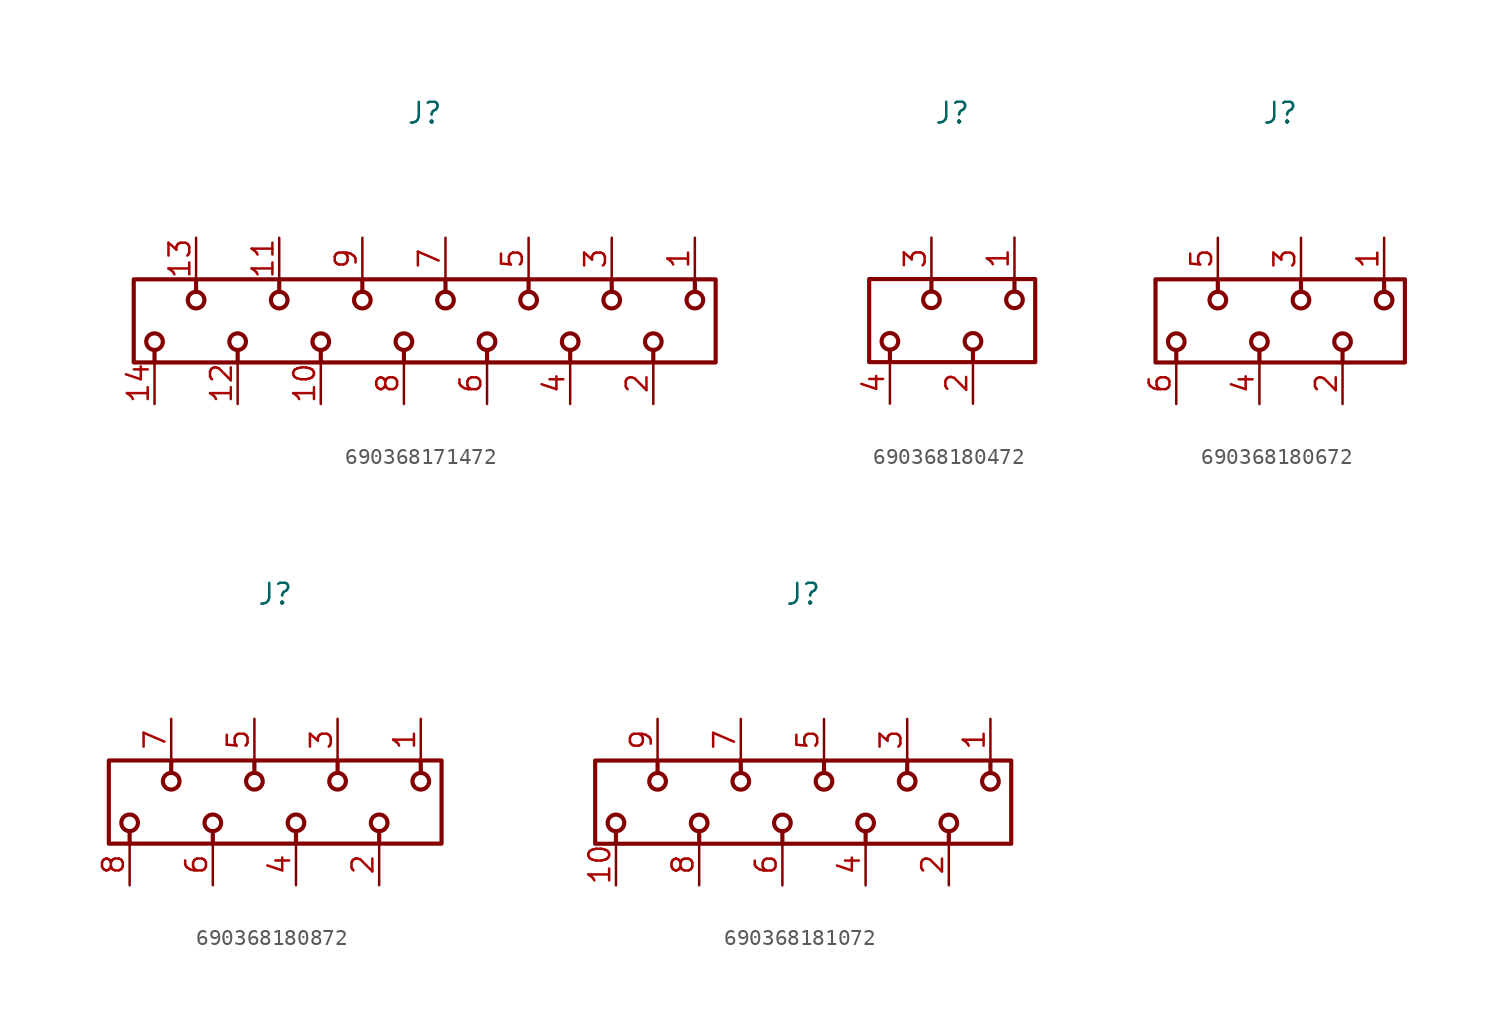
<source format=kicad_sym>
(kicad_symbol_lib
  (version 20241209)
  (generator "kicad_symbol_editor")
  (generator_version "9.0")
  (symbol "690368171472"
    (pin_names
      (hide yes))
    (property "Reference" "J"
      (at 0 12.7 0)
      (effects (font (size 1.27 1.27))))
    (symbol "690368171472_1_1"
      (rectangle (start -17.78 2.54) (end 17.78 -2.54) (stroke (width 0.254) (type solid)) (fill (type none)))
      (circle (center -16.51 -1.27) (radius 0.508) (stroke (width 0.254) (type solid)) (fill (type none)))
      (polyline (pts (xy -16.51 -1.778) (xy -16.51 -2.54)) (stroke (width 0.254) (type solid)) (fill (type none)))
      (polyline (pts (xy -13.97 1.778) (xy -13.97 2.54)) (stroke (width 0.254) (type solid)) (fill (type none)))
      (circle (center -13.97 1.27) (radius 0.508) (stroke (width 0.254) (type solid)) (fill (type none)))
      (circle (center -11.43 -1.27) (radius 0.508) (stroke (width 0.254) (type solid)) (fill (type none)))
      (polyline (pts (xy -11.43 -1.778) (xy -11.43 -2.54)) (stroke (width 0.254) (type solid)) (fill (type none)))
      (polyline (pts (xy -8.89 1.778) (xy -8.89 2.54)) (stroke (width 0.254) (type solid)) (fill (type none)))
      (circle (center -8.89 1.27) (radius 0.508) (stroke (width 0.254) (type solid)) (fill (type none)))
      (circle (center -6.35 -1.27) (radius 0.508) (stroke (width 0.254) (type solid)) (fill (type none)))
      (polyline (pts (xy -6.35 -1.778) (xy -6.35 -2.54)) (stroke (width 0.254) (type solid)) (fill (type none)))
      (polyline (pts (xy -3.81 1.778) (xy -3.81 2.54)) (stroke (width 0.254) (type solid)) (fill (type none)))
      (circle (center -3.81 1.27) (radius 0.508) (stroke (width 0.254) (type solid)) (fill (type none)))
      (circle (center -1.27 -1.27) (radius 0.508) (stroke (width 0.254) (type solid)) (fill (type none)))
      (polyline (pts (xy -1.27 -1.778) (xy -1.27 -2.54)) (stroke (width 0.254) (type solid)) (fill (type none)))
      (polyline (pts (xy 1.27 1.778) (xy 1.27 2.54)) (stroke (width 0.254) (type solid)) (fill (type none)))
      (circle (center 1.27 1.27) (radius 0.508) (stroke (width 0.254) (type solid)) (fill (type none)))
      (circle (center 3.81 -1.27) (radius 0.508) (stroke (width 0.254) (type solid)) (fill (type none)))
      (polyline (pts (xy 3.81 -1.778) (xy 3.81 -2.54)) (stroke (width 0.254) (type solid)) (fill (type none)))
      (polyline (pts (xy 6.35 1.778) (xy 6.35 2.54)) (stroke (width 0.254) (type solid)) (fill (type none)))
      (circle (center 6.35 1.27) (radius 0.508) (stroke (width 0.254) (type solid)) (fill (type none)))
      (circle (center 8.89 -1.27) (radius 0.508) (stroke (width 0.254) (type solid)) (fill (type none)))
      (polyline (pts (xy 8.89 -1.778) (xy 8.89 -2.54)) (stroke (width 0.254) (type solid)) (fill (type none)))
      (polyline (pts (xy 11.43 1.778) (xy 11.43 2.54)) (stroke (width 0.254) (type solid)) (fill (type none)))
      (circle (center 11.43 1.27) (radius 0.508) (stroke (width 0.254) (type solid)) (fill (type none)))
      (circle (center 13.97 -1.27) (radius 0.508) (stroke (width 0.254) (type solid)) (fill (type none)))
      (polyline (pts (xy 13.97 -1.778) (xy 13.97 -2.54)) (stroke (width 0.254) (type solid)) (fill (type none)))
      (polyline (pts (xy 16.51 1.778) (xy 16.51 2.54)) (stroke (width 0.254) (type solid)) (fill (type none)))
      (circle (center 16.51 1.27) (radius 0.508) (stroke (width 0.254) (type solid)) (fill (type none)))
      (pin passive line (at -16.51 -5.08 90) (length 2.54) (name "14" (effects (font (size 1.27 1.27)))) (number "14" (effects (font (size 1.27 1.27)))))
      (pin passive line (at -13.97 5.08 270) (length 2.54) (name "13" (effects (font (size 1.27 1.27)))) (number "13" (effects (font (size 1.27 1.27)))))
      (pin passive line (at -11.43 -5.08 90) (length 2.54) (name "12" (effects (font (size 1.27 1.27)))) (number "12" (effects (font (size 1.27 1.27)))))
      (pin passive line (at -8.89 5.08 270) (length 2.54) (name "11" (effects (font (size 1.27 1.27)))) (number "11" (effects (font (size 1.27 1.27)))))
      (pin passive line (at -6.35 -5.08 90) (length 2.54) (name "10" (effects (font (size 1.27 1.27)))) (number "10" (effects (font (size 1.27 1.27)))))
      (pin passive line (at -3.81 5.08 270) (length 2.54) (name "9" (effects (font (size 1.27 1.27)))) (number "9" (effects (font (size 1.27 1.27)))))
      (pin passive line (at -1.27 -5.08 90) (length 2.54) (name "8" (effects (font (size 1.27 1.27)))) (number "8" (effects (font (size 1.27 1.27)))))
      (pin passive line (at 1.27 5.08 270) (length 2.54) (name "7" (effects (font (size 1.27 1.27)))) (number "7" (effects (font (size 1.27 1.27)))))
      (pin passive line (at 3.81 -5.08 90) (length 2.54) (name "6" (effects (font (size 1.27 1.27)))) (number "6" (effects (font (size 1.27 1.27)))))
      (pin passive line (at 6.35 5.08 270) (length 2.54) (name "5" (effects (font (size 1.27 1.27)))) (number "5" (effects (font (size 1.27 1.27)))))
      (pin passive line (at 8.89 -5.08 90) (length 2.54) (name "4" (effects (font (size 1.27 1.27)))) (number "4" (effects (font (size 1.27 1.27)))))
      (pin passive line (at 11.43 5.08 270) (length 2.54) (name "3" (effects (font (size 1.27 1.27)))) (number "3" (effects (font (size 1.27 1.27)))))
      (pin passive line (at 13.97 -5.08 90) (length 2.54) (name "2" (effects (font (size 1.27 1.27)))) (number "2" (effects (font (size 1.27 1.27)))))
      (pin passive line (at 16.51 5.08 270) (length 2.54) (name "1" (effects (font (size 1.27 1.27)))) (number "1" (effects (font (size 1.27 1.27)))))))
  (symbol "690368180472"
    (pin_names
      (hide yes))
    (property "Reference" "J"
      (at 0 12.7 0)
      (effects (font (size 1.27 1.27))))
    (symbol "690368180472_1_1"
      (rectangle (start -5.08 2.54) (end 5.08 -2.54) (stroke (width 0.254) (type solid)) (fill (type none)))
      (circle (center -3.81 -1.27) (radius 0.508) (stroke (width 0.254) (type solid)) (fill (type none)))
      (polyline (pts (xy -3.81 -1.778) (xy -3.81 -2.54)) (stroke (width 0.254) (type solid)) (fill (type none)))
      (polyline (pts (xy -1.27 1.778) (xy -1.27 2.54)) (stroke (width 0.254) (type solid)) (fill (type none)))
      (circle (center -1.27 1.27) (radius 0.508) (stroke (width 0.254) (type solid)) (fill (type none)))
      (circle (center 1.27 -1.27) (radius 0.508) (stroke (width 0.254) (type solid)) (fill (type none)))
      (polyline (pts (xy 1.27 -1.778) (xy 1.27 -2.54)) (stroke (width 0.254) (type solid)) (fill (type none)))
      (polyline (pts (xy 3.81 1.778) (xy 3.81 2.54)) (stroke (width 0.254) (type solid)) (fill (type none)))
      (circle (center 3.81 1.27) (radius 0.508) (stroke (width 0.254) (type solid)) (fill (type none)))
      (pin passive line (at -3.81 -5.08 90) (length 2.54) (name "4" (effects (font (size 1.27 1.27)))) (number "4" (effects (font (size 1.27 1.27)))))
      (pin passive line (at -1.27 5.08 270) (length 2.54) (name "3" (effects (font (size 1.27 1.27)))) (number "3" (effects (font (size 1.27 1.27)))))
      (pin passive line (at 1.27 -5.08 90) (length 2.54) (name "2" (effects (font (size 1.27 1.27)))) (number "2" (effects (font (size 1.27 1.27)))))
      (pin passive line (at 3.81 5.08 270) (length 2.54) (name "1" (effects (font (size 1.27 1.27)))) (number "1" (effects (font (size 1.27 1.27)))))))
  (symbol "690368180672"
    (pin_names
      (hide yes))
    (property "Reference" "J"
      (at 0 12.7 0)
      (effects (font (size 1.27 1.27))))
    (symbol "690368180672_1_1"
      (rectangle (start -7.62 2.54) (end 7.62 -2.54) (stroke (width 0.254) (type solid)) (fill (type none)))
      (circle (center -6.35 -1.27) (radius 0.508) (stroke (width 0.254) (type solid)) (fill (type none)))
      (polyline (pts (xy -6.35 -1.778) (xy -6.35 -2.54)) (stroke (width 0.254) (type solid)) (fill (type none)))
      (polyline (pts (xy -3.81 1.778) (xy -3.81 2.54)) (stroke (width 0.254) (type solid)) (fill (type none)))
      (circle (center -3.81 1.27) (radius 0.508) (stroke (width 0.254) (type solid)) (fill (type none)))
      (circle (center -1.27 -1.27) (radius 0.508) (stroke (width 0.254) (type solid)) (fill (type none)))
      (polyline (pts (xy -1.27 -1.778) (xy -1.27 -2.54)) (stroke (width 0.254) (type solid)) (fill (type none)))
      (polyline (pts (xy 1.27 1.778) (xy 1.27 2.54)) (stroke (width 0.254) (type solid)) (fill (type none)))
      (circle (center 1.27 1.27) (radius 0.508) (stroke (width 0.254) (type solid)) (fill (type none)))
      (circle (center 3.81 -1.27) (radius 0.508) (stroke (width 0.254) (type solid)) (fill (type none)))
      (polyline (pts (xy 3.81 -1.778) (xy 3.81 -2.54)) (stroke (width 0.254) (type solid)) (fill (type none)))
      (polyline (pts (xy 6.35 1.778) (xy 6.35 2.54)) (stroke (width 0.254) (type solid)) (fill (type none)))
      (circle (center 6.35 1.27) (radius 0.508) (stroke (width 0.254) (type solid)) (fill (type none)))
      (pin passive line (at -6.35 -5.08 90) (length 2.54) (name "6" (effects (font (size 1.27 1.27)))) (number "6" (effects (font (size 1.27 1.27)))))
      (pin passive line (at -3.81 5.08 270) (length 2.54) (name "5" (effects (font (size 1.27 1.27)))) (number "5" (effects (font (size 1.27 1.27)))))
      (pin passive line (at -1.27 -5.08 90) (length 2.54) (name "4" (effects (font (size 1.27 1.27)))) (number "4" (effects (font (size 1.27 1.27)))))
      (pin passive line (at 1.27 5.08 270) (length 2.54) (name "3" (effects (font (size 1.27 1.27)))) (number "3" (effects (font (size 1.27 1.27)))))
      (pin passive line (at 3.81 -5.08 90) (length 2.54) (name "2" (effects (font (size 1.27 1.27)))) (number "2" (effects (font (size 1.27 1.27)))))
      (pin passive line (at 6.35 5.08 270) (length 2.54) (name "1" (effects (font (size 1.27 1.27)))) (number "1" (effects (font (size 1.27 1.27)))))))
  (symbol "690368180872"
    (pin_names
      (hide yes))
    (property "Reference" "J"
      (at 0 12.7 0)
      (effects (font (size 1.27 1.27))))
    (symbol "690368180872_1_1"
      (rectangle (start -10.16 2.54) (end 10.16 -2.54) (stroke (width 0.254) (type solid)) (fill (type none)))
      (circle (center -8.89 -1.27) (radius 0.508) (stroke (width 0.254) (type solid)) (fill (type none)))
      (polyline (pts (xy -8.89 -1.778) (xy -8.89 -2.54)) (stroke (width 0.254) (type solid)) (fill (type none)))
      (polyline (pts (xy -6.35 1.778) (xy -6.35 2.54)) (stroke (width 0.254) (type solid)) (fill (type none)))
      (circle (center -6.35 1.27) (radius 0.508) (stroke (width 0.254) (type solid)) (fill (type none)))
      (circle (center -3.81 -1.27) (radius 0.508) (stroke (width 0.254) (type solid)) (fill (type none)))
      (polyline (pts (xy -3.81 -1.778) (xy -3.81 -2.54)) (stroke (width 0.254) (type solid)) (fill (type none)))
      (polyline (pts (xy -1.27 1.778) (xy -1.27 2.54)) (stroke (width 0.254) (type solid)) (fill (type none)))
      (circle (center -1.27 1.27) (radius 0.508) (stroke (width 0.254) (type solid)) (fill (type none)))
      (circle (center 1.27 -1.27) (radius 0.508) (stroke (width 0.254) (type solid)) (fill (type none)))
      (polyline (pts (xy 1.27 -1.778) (xy 1.27 -2.54)) (stroke (width 0.254) (type solid)) (fill (type none)))
      (polyline (pts (xy 3.81 1.778) (xy 3.81 2.54)) (stroke (width 0.254) (type solid)) (fill (type none)))
      (circle (center 3.81 1.27) (radius 0.508) (stroke (width 0.254) (type solid)) (fill (type none)))
      (circle (center 6.35 -1.27) (radius 0.508) (stroke (width 0.254) (type solid)) (fill (type none)))
      (polyline (pts (xy 6.35 -1.778) (xy 6.35 -2.54)) (stroke (width 0.254) (type solid)) (fill (type none)))
      (polyline (pts (xy 8.89 1.778) (xy 8.89 2.54)) (stroke (width 0.254) (type solid)) (fill (type none)))
      (circle (center 8.89 1.27) (radius 0.508) (stroke (width 0.254) (type solid)) (fill (type none)))
      (pin passive line (at -8.89 -5.08 90) (length 2.54) (name "8" (effects (font (size 1.27 1.27)))) (number "8" (effects (font (size 1.27 1.27)))))
      (pin passive line (at -6.35 5.08 270) (length 2.54) (name "7" (effects (font (size 1.27 1.27)))) (number "7" (effects (font (size 1.27 1.27)))))
      (pin passive line (at -3.81 -5.08 90) (length 2.54) (name "6" (effects (font (size 1.27 1.27)))) (number "6" (effects (font (size 1.27 1.27)))))
      (pin passive line (at -1.27 5.08 270) (length 2.54) (name "5" (effects (font (size 1.27 1.27)))) (number "5" (effects (font (size 1.27 1.27)))))
      (pin passive line (at 1.27 -5.08 90) (length 2.54) (name "4" (effects (font (size 1.27 1.27)))) (number "4" (effects (font (size 1.27 1.27)))))
      (pin passive line (at 3.81 5.08 270) (length 2.54) (name "3" (effects (font (size 1.27 1.27)))) (number "3" (effects (font (size 1.27 1.27)))))
      (pin passive line (at 6.35 -5.08 90) (length 2.54) (name "2" (effects (font (size 1.27 1.27)))) (number "2" (effects (font (size 1.27 1.27)))))
      (pin passive line (at 8.89 5.08 270) (length 2.54) (name "1" (effects (font (size 1.27 1.27)))) (number "1" (effects (font (size 1.27 1.27)))))))
  (symbol "690368181072"
    (pin_names
      (hide yes))
    (property "Reference" "J"
      (at 0 12.7 0)
      (effects (font (size 1.27 1.27))))
    (symbol "690368181072_1_1"
      (rectangle (start -12.7 2.54) (end 12.7 -2.54) (stroke (width 0.254) (type solid)) (fill (type none)))
      (circle (center -11.43 -1.27) (radius 0.508) (stroke (width 0.254) (type solid)) (fill (type none)))
      (polyline (pts (xy -11.43 -1.778) (xy -11.43 -2.54)) (stroke (width 0.254) (type solid)) (fill (type none)))
      (polyline (pts (xy -8.89 1.778) (xy -8.89 2.54)) (stroke (width 0.254) (type solid)) (fill (type none)))
      (circle (center -8.89 1.27) (radius 0.508) (stroke (width 0.254) (type solid)) (fill (type none)))
      (circle (center -6.35 -1.27) (radius 0.508) (stroke (width 0.254) (type solid)) (fill (type none)))
      (polyline (pts (xy -6.35 -1.778) (xy -6.35 -2.54)) (stroke (width 0.254) (type solid)) (fill (type none)))
      (polyline (pts (xy -3.81 1.778) (xy -3.81 2.54)) (stroke (width 0.254) (type solid)) (fill (type none)))
      (circle (center -3.81 1.27) (radius 0.508) (stroke (width 0.254) (type solid)) (fill (type none)))
      (circle (center -1.27 -1.27) (radius 0.508) (stroke (width 0.254) (type solid)) (fill (type none)))
      (polyline (pts (xy -1.27 -1.778) (xy -1.27 -2.54)) (stroke (width 0.254) (type solid)) (fill (type none)))
      (polyline (pts (xy 1.27 1.778) (xy 1.27 2.54)) (stroke (width 0.254) (type solid)) (fill (type none)))
      (circle (center 1.27 1.27) (radius 0.508) (stroke (width 0.254) (type solid)) (fill (type none)))
      (circle (center 3.81 -1.27) (radius 0.508) (stroke (width 0.254) (type solid)) (fill (type none)))
      (polyline (pts (xy 3.81 -1.778) (xy 3.81 -2.54)) (stroke (width 0.254) (type solid)) (fill (type none)))
      (polyline (pts (xy 6.35 1.778) (xy 6.35 2.54)) (stroke (width 0.254) (type solid)) (fill (type none)))
      (circle (center 6.35 1.27) (radius 0.508) (stroke (width 0.254) (type solid)) (fill (type none)))
      (circle (center 8.89 -1.27) (radius 0.508) (stroke (width 0.254) (type solid)) (fill (type none)))
      (polyline (pts (xy 8.89 -1.778) (xy 8.89 -2.54)) (stroke (width 0.254) (type solid)) (fill (type none)))
      (polyline (pts (xy 11.43 1.778) (xy 11.43 2.54)) (stroke (width 0.254) (type solid)) (fill (type none)))
      (circle (center 11.43 1.27) (radius 0.508) (stroke (width 0.254) (type solid)) (fill (type none)))
      (pin passive line (at -11.43 -5.08 90) (length 2.54) (name "10" (effects (font (size 1.27 1.27)))) (number "10" (effects (font (size 1.27 1.27)))))
      (pin passive line (at -8.89 5.08 270) (length 2.54) (name "9" (effects (font (size 1.27 1.27)))) (number "9" (effects (font (size 1.27 1.27)))))
      (pin passive line (at -6.35 -5.08 90) (length 2.54) (name "8" (effects (font (size 1.27 1.27)))) (number "8" (effects (font (size 1.27 1.27)))))
      (pin passive line (at -3.81 5.08 270) (length 2.54) (name "7" (effects (font (size 1.27 1.27)))) (number "7" (effects (font (size 1.27 1.27)))))
      (pin passive line (at -1.27 -5.08 90) (length 2.54) (name "6" (effects (font (size 1.27 1.27)))) (number "6" (effects (font (size 1.27 1.27)))))
      (pin passive line (at 1.27 5.08 270) (length 2.54) (name "5" (effects (font (size 1.27 1.27)))) (number "5" (effects (font (size 1.27 1.27)))))
      (pin passive line (at 3.81 -5.08 90) (length 2.54) (name "4" (effects (font (size 1.27 1.27)))) (number "4" (effects (font (size 1.27 1.27)))))
      (pin passive line (at 6.35 5.08 270) (length 2.54) (name "3" (effects (font (size 1.27 1.27)))) (number "3" (effects (font (size 1.27 1.27)))))
      (pin passive line (at 8.89 -5.08 90) (length 2.54) (name "2" (effects (font (size 1.27 1.27)))) (number "2" (effects (font (size 1.27 1.27)))))
      (pin passive line (at 11.43 5.08 270) (length 2.54) (name "1" (effects (font (size 1.27 1.27)))) (number "1" (effects (font (size 1.27 1.27))))))))
</source>
